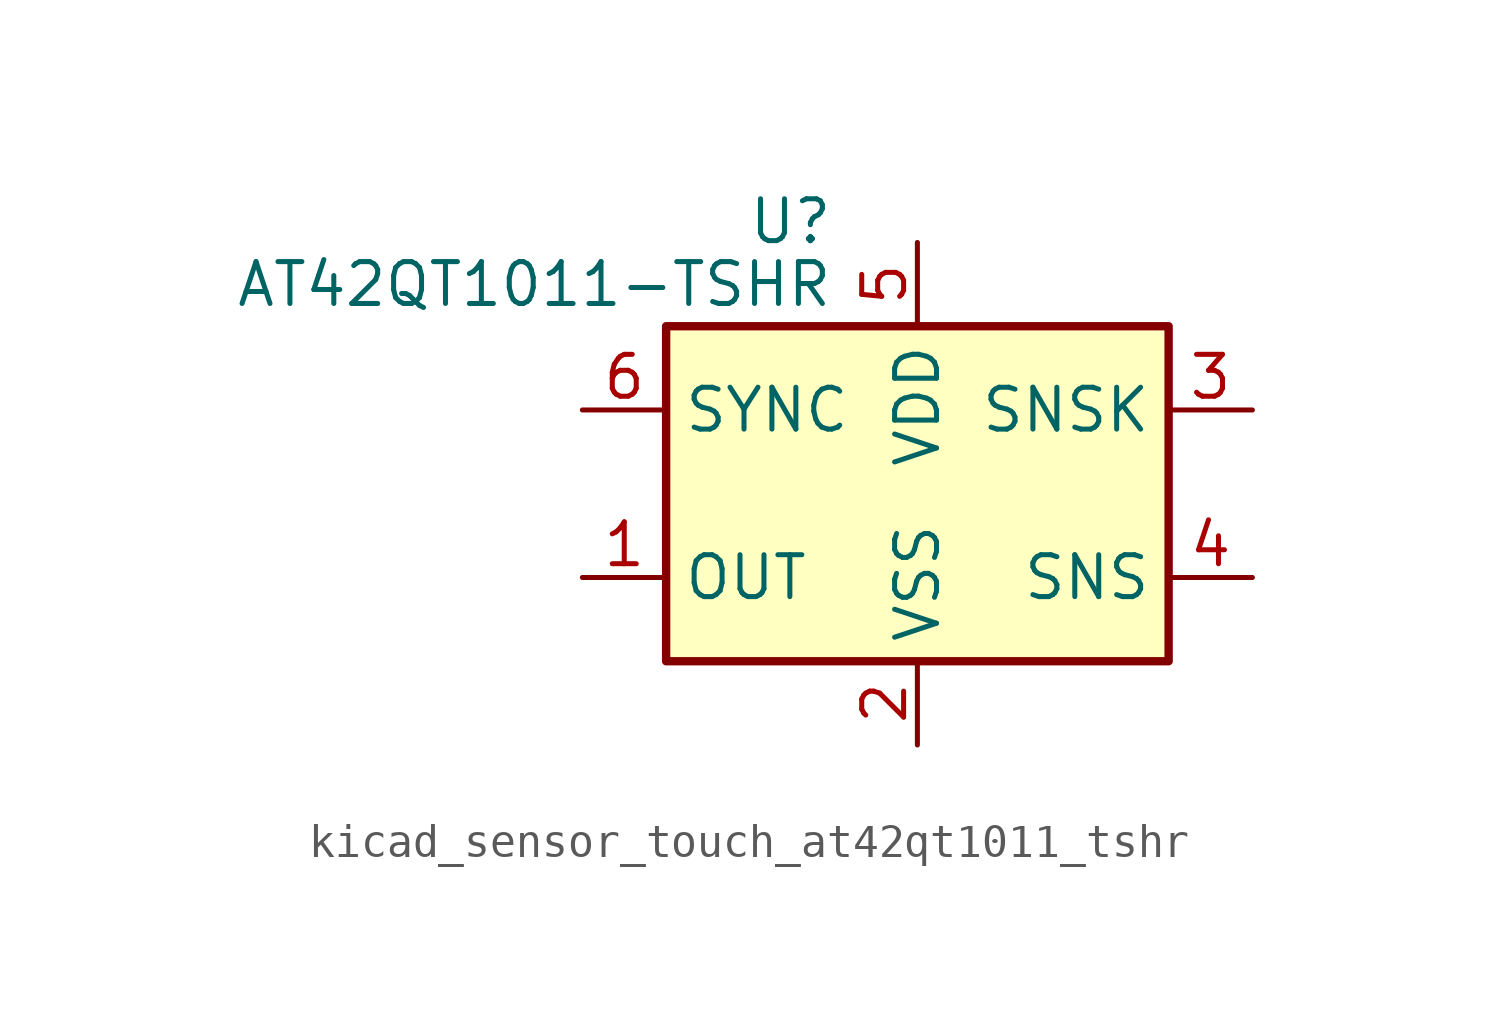
<source format=kicad_sym>
(kicad_symbol_lib
  (version 20220914)
  (generator kicad_symbol_editor)
  (symbol "kicad_sensor_touch_at42qt1011_tshr"
    (property "Reference" "U"
      (at -2.54 8.255 0)
      (effects (font (size 1.27 1.27)) (justify right)))
    (property "Value" "AT42QT1011-TSHR"
      (at -2.54 6.35 0)
      (effects (font (size 1.27 1.27)) (justify right)))
    (symbol "kicad_sensor_touch_at42qt1011_tshr_0_1"
      (rectangle (start -7.62 5.08) (end 7.62 -5.08) (stroke (width 0.254) (type default)) (fill (type background))))
    (symbol "kicad_sensor_touch_at42qt1011_tshr_1_1"
      (pin output line (at -10.16 -2.54 0) (length 2.54) (name "OUT" (effects (font (size 1.27 1.27)))) (number "1" (effects (font (size 1.27 1.27)))))
      (pin power_in line (at 0 -7.62 90) (length 2.54) (name "VSS" (effects (font (size 1.27 1.27)))) (number "2" (effects (font (size 1.27 1.27)))))
      (pin passive line (at 10.16 2.54 180) (length 2.54) (name "SNSK" (effects (font (size 1.27 1.27)))) (number "3" (effects (font (size 1.27 1.27)))))
      (pin passive line (at 10.16 -2.54 180) (length 2.54) (name "SNS" (effects (font (size 1.27 1.27)))) (number "4" (effects (font (size 1.27 1.27)))))
      (pin power_in line (at 0 7.62 270) (length 2.54) (name "VDD" (effects (font (size 1.27 1.27)))) (number "5" (effects (font (size 1.27 1.27)))))
      (pin input line (at -10.16 2.54 0) (length 2.54) (name "SYNC" (effects (font (size 1.27 1.27)))) (number "6" (effects (font (size 1.27 1.27))))))))
</source>
